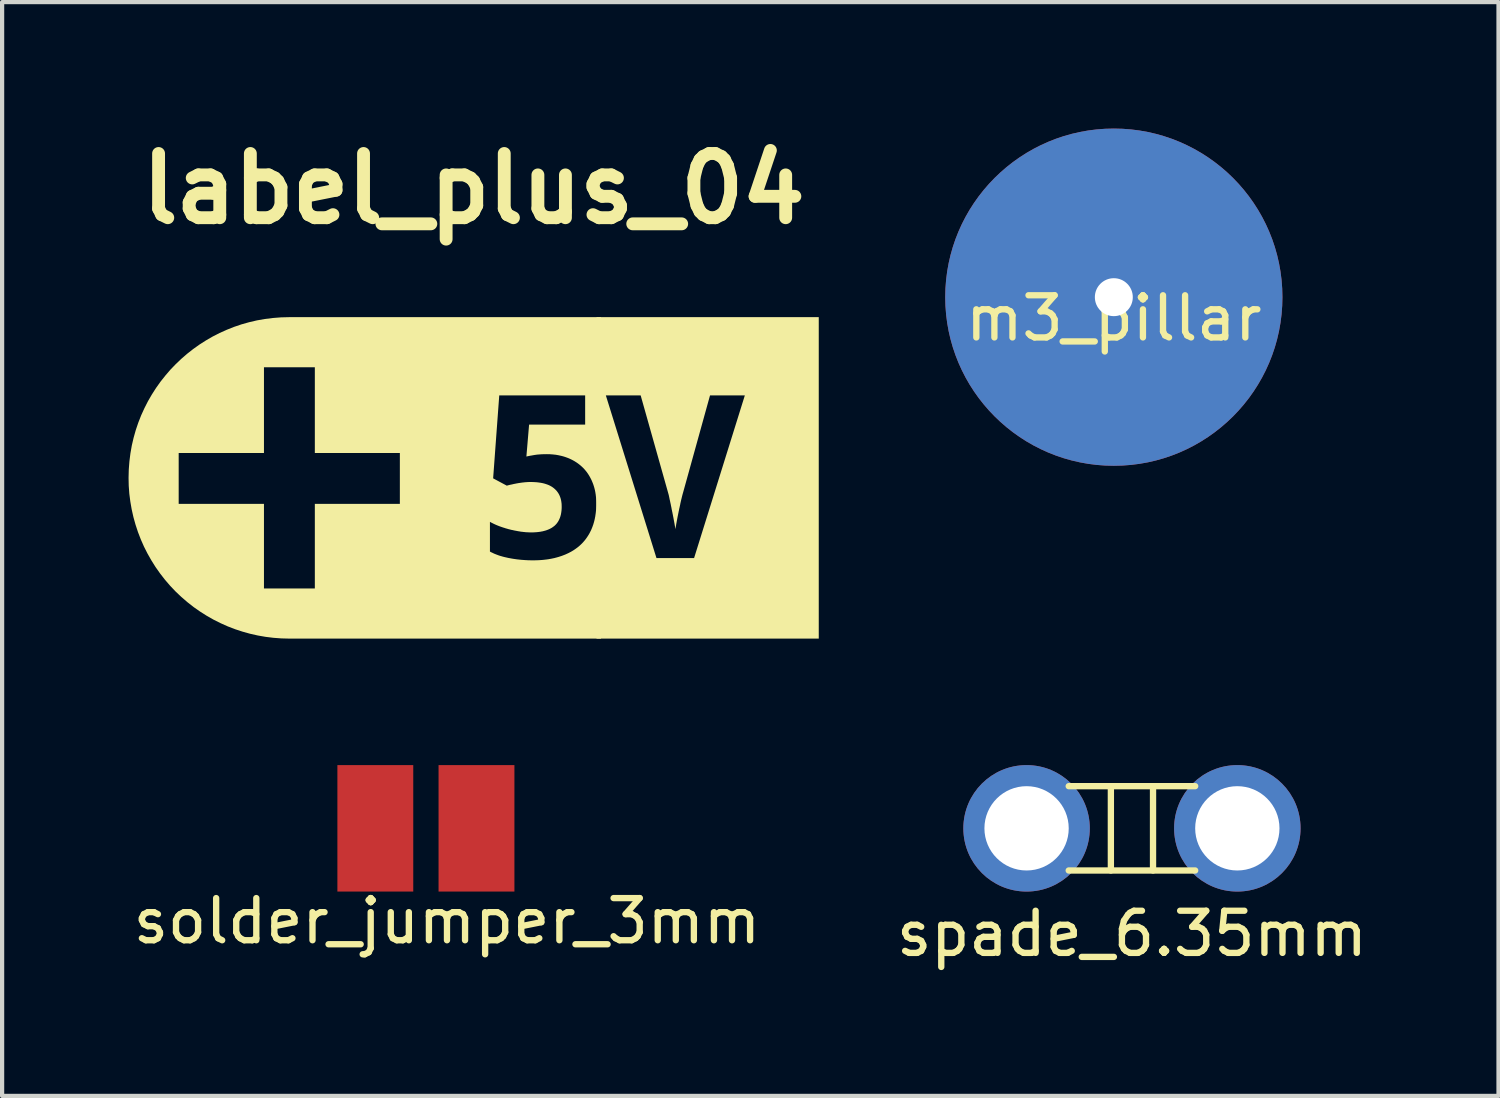
<source format=kicad_pcb>
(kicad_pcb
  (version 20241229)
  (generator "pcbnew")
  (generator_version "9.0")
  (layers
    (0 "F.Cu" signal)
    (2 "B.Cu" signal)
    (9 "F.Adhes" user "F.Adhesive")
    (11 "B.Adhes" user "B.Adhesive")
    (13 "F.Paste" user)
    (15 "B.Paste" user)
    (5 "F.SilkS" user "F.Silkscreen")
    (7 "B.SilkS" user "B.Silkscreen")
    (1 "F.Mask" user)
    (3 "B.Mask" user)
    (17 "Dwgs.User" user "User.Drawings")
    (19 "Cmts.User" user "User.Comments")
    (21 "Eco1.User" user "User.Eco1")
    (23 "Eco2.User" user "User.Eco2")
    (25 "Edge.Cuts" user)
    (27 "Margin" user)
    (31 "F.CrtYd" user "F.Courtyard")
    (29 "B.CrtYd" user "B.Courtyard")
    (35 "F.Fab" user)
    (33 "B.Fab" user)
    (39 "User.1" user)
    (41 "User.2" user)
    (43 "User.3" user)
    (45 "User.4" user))
  (footprint "m3_pillar"
    (layer "F.Cu")
    (at 23.374 4)
    (property "Reference" "m3_pillar" (at 0 0.5 0) (layer "F.SilkS") (effects (font (size 1 1) (thickness 0.15))))
    (attr through_hole)
    (pad "1" thru_hole circle (at 0 0) (size 8 8) (drill 0.9) (layers "*.Cu" "*.Mask")))
  (footprint "solder_jumper_3mm"
    (layer "F.Cu")
    (at 7.054 16.601)
    (property "Reference" "solder_jumper_3mm" (at 0.5 2.2 0) (layer "F.SilkS") (effects (font (size 1 1) (thickness 0.15))))
    (attr through_hole)
    (pad "1" smd rect (at -1.2 0) (size 1.8 3) (layers "F.Cu" "F.Mask" "F.Paste"))
    (pad "2" smd rect (at 1.2 0) (size 1.8 3) (layers "F.Cu" "F.Mask" "F.Paste")))
  (footprint "spade_6.35mm"
    (layer "F.Cu")
    (at 23.804 16.601)
    (property "Reference" "spade_6.35mm" (at 0 2.5 0) (layer "F.SilkS") (effects (font (size 1 1) (thickness 0.15))))
    (attr through_hole)
    (fp_line (start -1.5 -1) (end 1.5 -1) (stroke (width 0.15) (type solid)) (layer "F.SilkS"))
    (fp_line (start -0.5 -1) (end -0.5 1) (stroke (width 0.15) (type solid)) (layer "F.SilkS"))
    (fp_line (start 0.5 -1) (end 0.5 1) (stroke (width 0.15) (type solid)) (layer "F.SilkS"))
    (fp_line (start 1.5 1) (end -1.5 1) (stroke (width 0.15) (type solid)) (layer "F.SilkS"))
    (pad "1" thru_hole circle (at -2.5 0) (size 3 3) (drill 2) (layers "*.Cu" "*.Mask"))
    (pad "1" thru_hole circle (at 2.5 0) (size 3 3) (drill 2) (layers "*.Cu" "*.Mask")))
  (footprint "label_plus_04"
    (layer "F.Cu")
    (at 8.187 8.287)
    (property "Reference" "label_plus_04" (at 0 -6.861 0) (layer "F.SilkS") (effects (font (size 1.524 1.524) (thickness 0.305))))
    (attr smd)
    (fp_poly (pts (xy -4.374 -3.813) (xy -4.975 -2.624) (xy -3.768 -2.624) (xy -3.768 -0.59) (xy -1.751 -0.59) (xy -1.751 0.617) (xy -3.768 0.617) (xy -3.768 2.624) (xy -4.975 2.624) (xy -4.975 0.617) (xy -6.998 0.617) (xy -6.998 -0.59) (xy -4.975 -0.59) (xy -4.975 -2.624) (xy -4.374 -3.813) (xy -4.571 -3.808) (xy -4.764 -3.793) (xy -4.955 -3.769) (xy -5.143 -3.736) (xy -5.327 -3.693) (xy -5.508 -3.642) (xy -5.685 -3.582) (xy -5.858 -3.513) (xy -6.027 -3.437) (xy -6.192 -3.353) (xy -6.351 -3.261) (xy -6.506 -3.162) (xy -6.656 -3.055) (xy -6.8 -2.942) (xy -6.938 -2.822) (xy -7.07 -2.696) (xy -7.197 -2.564) (xy -7.316 -2.425) (xy -7.43 -2.281) (xy -7.536 -2.132) (xy -7.635 -1.977) (xy -7.727 -1.818) (xy -7.811 -1.653) (xy -7.888 -1.484) (xy -7.956 -1.311) (xy -8.016 -1.134) (xy -8.067 -0.953) (xy -8.11 -0.769) (xy -8.143 -0.581) (xy -8.167 -0.39) (xy -8.182 -0.196) (xy -8.187 -0.000275) (xy -8.183 0.189) (xy -8.169 0.377) (xy -8.145 0.563) (xy -8.113 0.747) (xy -8.072 0.929) (xy -8.022 1.109) (xy -7.964 1.285) (xy -7.897 1.459) (xy -7.822 1.629) (xy -7.738 1.795) (xy -7.646 1.957) (xy -7.547 2.115) (xy -7.439 2.268) (xy -7.324 2.416) (xy -7.201 2.559) (xy -7.071 2.696) (xy -6.934 2.826) (xy -6.791 2.949) (xy -6.643 3.065) (xy -6.49 3.172) (xy -6.332 3.272) (xy -6.17 3.364) (xy -6.004 3.447) (xy -5.834 3.523) (xy -5.66 3.59) (xy -5.483 3.648) (xy -5.304 3.698) (xy -5.122 3.739) (xy -4.938 3.771) (xy -4.751 3.794) (xy -4.564 3.808) (xy -4.374 3.813) (xy -0.68 3.813) (xy -0.68 -3.813) (xy -4.374 -3.813)) (stroke (width 0) (type solid)) (fill yes) (layer "F.SilkS"))
    (fp_poly (pts (xy 2.915 -3.813) (xy 3.136 -1.956) (xy 3.962 -1.956) (xy 4.617 0.367) (xy 4.619 0.375) (xy 4.622 0.385) (xy 4.625 0.396) (xy 4.628 0.408) (xy 4.631 0.42) (xy 4.634 0.434) (xy 4.637 0.449) (xy 4.64 0.464) (xy 4.644 0.481) (xy 4.647 0.499) (xy 4.651 0.517) (xy 4.654 0.53) (xy 4.657 0.542) (xy 4.66 0.555) (xy 4.662 0.568) (xy 4.665 0.581) (xy 4.668 0.594) (xy 4.671 0.608) (xy 4.674 0.621) (xy 4.677 0.635) (xy 4.679 0.649) (xy 4.682 0.663) (xy 4.685 0.677) (xy 4.688 0.691) (xy 4.691 0.705) (xy 4.694 0.72) (xy 4.696 0.735) (xy 4.699 0.749) (xy 4.702 0.763) (xy 4.705 0.776) (xy 4.707 0.789) (xy 4.71 0.803) (xy 4.713 0.816) (xy 4.716 0.829) (xy 4.718 0.843) (xy 4.721 0.856) (xy 4.724 0.869) (xy 4.726 0.883) (xy 4.729 0.896) (xy 4.731 0.91) (xy 4.734 0.923) (xy 4.737 0.936) (xy 4.739 0.95) (xy 4.742 0.963) (xy 4.744 0.976) (xy 4.747 0.99) (xy 4.749 1.003) (xy 4.752 1.019) (xy 4.755 1.034) (xy 4.758 1.049) (xy 4.76 1.064) (xy 4.763 1.078) (xy 4.766 1.092) (xy 4.768 1.106) (xy 4.77 1.12) (xy 4.773 1.133) (xy 4.775 1.146) (xy 4.777 1.158) (xy 4.779 1.171) (xy 4.781 1.183) (xy 4.783 1.194) (xy 4.785 1.206) (xy 4.786 1.217) (xy 4.788 1.206) (xy 4.79 1.194) (xy 4.792 1.183) (xy 4.793 1.171) (xy 4.795 1.158) (xy 4.798 1.146) (xy 4.8 1.133) (xy 4.802 1.12) (xy 4.804 1.106) (xy 4.807 1.092) (xy 4.809 1.078) (xy 4.812 1.064) (xy 4.815 1.049) (xy 4.817 1.034) (xy 4.82 1.019) (xy 4.823 1.003) (xy 4.826 0.99) (xy 4.828 0.976) (xy 4.831 0.963) (xy 4.833 0.95) (xy 4.836 0.936) (xy 4.838 0.923) (xy 4.841 0.91) (xy 4.844 0.897) (xy 4.846 0.883) (xy 4.849 0.87) (xy 4.852 0.857) (xy 4.854 0.844) (xy 4.857 0.831) (xy 4.86 0.818) (xy 4.862 0.804) (xy 4.865 0.791) (xy 4.868 0.778) (xy 4.871 0.765) (xy 4.873 0.752) (xy 4.876 0.737) (xy 4.879 0.723) (xy 4.883 0.708) (xy 4.886 0.694) (xy 4.889 0.679) (xy 4.892 0.665) (xy 4.895 0.651) (xy 4.898 0.638) (xy 4.901 0.624) (xy 4.903 0.611) (xy 4.906 0.597) (xy 4.909 0.584) (xy 4.912 0.571) (xy 4.915 0.558) (xy 4.918 0.545) (xy 4.921 0.533) (xy 4.923 0.52) (xy 4.928 0.503) (xy 4.932 0.486) (xy 4.936 0.471) (xy 4.939 0.456) (xy 4.943 0.442) (xy 4.946 0.429) (xy 4.949 0.417) (xy 4.952 0.405) (xy 4.955 0.394) (xy 4.958 0.384) (xy 4.96 0.375) (xy 4.963 0.367) (xy 5.607 -1.956) (xy 6.433 -1.956) (xy 5.229 1.903) (xy 4.337 1.903) (xy 3.136 -1.956) (xy 2.915 -3.813) (xy 2.915 3.813) (xy 8.187 3.813) (xy 8.187 -3.813) (xy 2.915 -3.813)) (stroke (width 0) (type solid)) (fill yes) (layer "F.SilkS"))
    (fp_poly (pts (xy -0.68 -3.813) (xy 0.607 -1.956) (xy 2.645 -1.956) (xy 2.645 -1.264) (xy 1.315 -1.264) (xy 1.251 -0.507) (xy 1.263 -0.509) (xy 1.274 -0.512) (xy 1.286 -0.514) (xy 1.298 -0.517) (xy 1.311 -0.519) (xy 1.323 -0.522) (xy 1.336 -0.524) (xy 1.349 -0.527) (xy 1.362 -0.529) (xy 1.376 -0.531) (xy 1.39 -0.534) (xy 1.404 -0.536) (xy 1.418 -0.539) (xy 1.432 -0.541) (xy 1.447 -0.544) (xy 1.458 -0.545) (xy 1.469 -0.547) (xy 1.481 -0.549) (xy 1.492 -0.55) (xy 1.505 -0.552) (xy 1.517 -0.553) (xy 1.53 -0.554) (xy 1.543 -0.555) (xy 1.556 -0.556) (xy 1.569 -0.557) (xy 1.583 -0.558) (xy 1.597 -0.559) (xy 1.612 -0.56) (xy 1.627 -0.56) (xy 1.642 -0.561) (xy 1.657 -0.561) (xy 1.672 -0.562) (xy 1.688 -0.562) (xy 1.704 -0.562) (xy 1.721 -0.562) (xy 1.737 -0.563) (xy 1.752 -0.562) (xy 1.767 -0.562) (xy 1.781 -0.562) (xy 1.795 -0.561) (xy 1.81 -0.561) (xy 1.824 -0.56) (xy 1.838 -0.559) (xy 1.852 -0.558) (xy 1.866 -0.557) (xy 1.88 -0.556) (xy 1.894 -0.554) (xy 1.908 -0.553) (xy 1.922 -0.551) (xy 1.936 -0.55) (xy 1.95 -0.548) (xy 1.963 -0.546) (xy 1.977 -0.543) (xy 1.991 -0.541) (xy 2.004 -0.539) (xy 2.017 -0.536) (xy 2.031 -0.533) (xy 2.044 -0.53) (xy 2.057 -0.527) (xy 2.071 -0.524) (xy 2.084 -0.521) (xy 2.097 -0.518) (xy 2.11 -0.514) (xy 2.123 -0.511) (xy 2.136 -0.507) (xy 2.149 -0.503) (xy 2.161 -0.499) (xy 2.174 -0.495) (xy 2.187 -0.49) (xy 2.199 -0.486) (xy 2.213 -0.481) (xy 2.226 -0.476) (xy 2.239 -0.471) (xy 2.252 -0.466) (xy 2.265 -0.46) (xy 2.278 -0.455) (xy 2.29 -0.449) (xy 2.303 -0.443) (xy 2.315 -0.437) (xy 2.328 -0.431) (xy 2.34 -0.425) (xy 2.352 -0.418) (xy 2.364 -0.412) (xy 2.376 -0.405) (xy 2.388 -0.398) (xy 2.399 -0.392) (xy 2.411 -0.384) (xy 2.422 -0.377) (xy 2.434 -0.37) (xy 2.445 -0.362) (xy 2.456 -0.355) (xy 2.467 -0.347) (xy 2.478 -0.339) (xy 2.489 -0.331) (xy 2.499 -0.323) (xy 2.51 -0.314) (xy 2.521 -0.306) (xy 2.531 -0.297) (xy 2.541 -0.289) (xy 2.551 -0.28) (xy 2.561 -0.271) (xy 2.571 -0.262) (xy 2.581 -0.253) (xy 2.59 -0.243) (xy 2.6 -0.234) (xy 2.609 -0.225) (xy 2.618 -0.215) (xy 2.627 -0.205) (xy 2.636 -0.195) (xy 2.644 -0.185) (xy 2.653 -0.175) (xy 2.661 -0.165) (xy 2.669 -0.155) (xy 2.678 -0.144) (xy 2.686 -0.134) (xy 2.693 -0.123) (xy 2.701 -0.112) (xy 2.709 -0.101) (xy 2.716 -0.089) (xy 2.724 -0.078) (xy 2.731 -0.067) (xy 2.738 -0.055) (xy 2.745 -0.043) (xy 2.752 -0.031) (xy 2.759 -0.019) (xy 2.765 -0.007) (xy 2.772 0.005) (xy 2.778 0.018) (xy 2.785 0.03) (xy 2.791 0.043) (xy 2.797 0.056) (xy 2.803 0.069) (xy 2.808 0.082) (xy 2.814 0.095) (xy 2.819 0.108) (xy 2.824 0.12) (xy 2.829 0.132) (xy 2.833 0.144) (xy 2.838 0.156) (xy 2.842 0.169) (xy 2.846 0.181) (xy 2.85 0.194) (xy 2.854 0.206) (xy 2.858 0.219) (xy 2.861 0.231) (xy 2.865 0.244) (xy 2.868 0.257) (xy 2.871 0.27) (xy 2.875 0.283) (xy 2.878 0.297) (xy 2.88 0.31) (xy 2.883 0.323) (xy 2.886 0.337) (xy 2.888 0.351) (xy 2.89 0.364) (xy 2.892 0.378) (xy 2.895 0.392) (xy 2.896 0.406) (xy 2.898 0.42) (xy 2.9 0.434) (xy 2.901 0.449) (xy 2.903 0.463) (xy 2.904 0.477) (xy 2.905 0.492) (xy 2.906 0.507) (xy 2.907 0.521) (xy 2.908 0.536) (xy 2.908 0.551) (xy 2.909 0.566) (xy 2.909 0.582) (xy 2.909 0.597) (xy 2.909 0.612) (xy 2.909 0.627) (xy 2.909 0.642) (xy 2.909 0.657) (xy 2.908 0.671) (xy 2.908 0.686) (xy 2.907 0.701) (xy 2.907 0.715) (xy 2.906 0.73) (xy 2.905 0.744) (xy 2.904 0.758) (xy 2.903 0.772) (xy 2.901 0.786) (xy 2.9 0.801) (xy 2.898 0.815) (xy 2.897 0.828) (xy 2.895 0.842) (xy 2.893 0.856) (xy 2.891 0.87) (xy 2.889 0.883) (xy 2.887 0.897) (xy 2.885 0.91) (xy 2.883 0.924) (xy 2.88 0.937) (xy 2.877 0.95) (xy 2.875 0.964) (xy 2.872 0.977) (xy 2.869 0.99) (xy 2.866 1.003) (xy 2.863 1.016) (xy 2.86 1.029) (xy 2.856 1.041) (xy 2.853 1.054) (xy 2.849 1.067) (xy 2.845 1.079) (xy 2.842 1.092) (xy 2.838 1.104) (xy 2.834 1.117) (xy 2.829 1.129) (xy 2.825 1.141) (xy 2.821 1.153) (xy 2.816 1.165) (xy 2.812 1.177) (xy 2.806 1.19) (xy 2.801 1.204) (xy 2.795 1.217) (xy 2.79 1.23) (xy 2.784 1.243) (xy 2.778 1.256) (xy 2.771 1.268) (xy 2.765 1.281) (xy 2.759 1.293) (xy 2.752 1.306) (xy 2.746 1.318) (xy 2.739 1.33) (xy 2.732 1.342) (xy 2.725 1.354) (xy 2.717 1.366) (xy 2.71 1.378) (xy 2.702 1.389) (xy 2.695 1.401) (xy 2.687 1.412) (xy 2.679 1.424) (xy 2.671 1.435) (xy 2.663 1.446) (xy 2.655 1.457) (xy 2.646 1.468) (xy 2.638 1.479) (xy 2.629 1.489) (xy 2.62 1.5) (xy 2.611 1.51) (xy 2.602 1.521) (xy 2.593 1.531) (xy 2.583 1.541) (xy 2.574 1.551) (xy 2.564 1.561) (xy 2.554 1.571) (xy 2.544 1.58) (xy 2.534 1.59) (xy 2.524 1.599) (xy 2.514 1.608) (xy 2.504 1.617) (xy 2.494 1.625) (xy 2.484 1.634) (xy 2.474 1.642) (xy 2.463 1.65) (xy 2.453 1.658) (xy 2.442 1.666) (xy 2.431 1.674) (xy 2.42 1.682) (xy 2.409 1.69) (xy 2.398 1.697) (xy 2.387 1.705) (xy 2.376 1.712) (xy 2.364 1.72) (xy 2.352 1.727) (xy 2.341 1.734) (xy 2.329 1.741) (xy 2.317 1.748) (xy 2.305 1.755) (xy 2.292 1.761) (xy 2.28 1.768) (xy 2.267 1.774) (xy 2.255 1.781) (xy 2.242 1.787) (xy 2.229 1.793) (xy 2.216 1.799) (xy 2.203 1.805) (xy 2.19 1.811) (xy 2.177 1.817) (xy 2.163 1.822) (xy 2.15 1.828) (xy 2.136 1.833) (xy 2.122 1.838) (xy 2.108 1.844) (xy 2.094 1.849) (xy 2.08 1.854) (xy 2.065 1.859) (xy 2.051 1.863) (xy 2.039 1.867) (xy 2.027 1.871) (xy 2.015 1.875) (xy 2.003 1.878) (xy 1.991 1.882) (xy 1.978 1.885) (xy 1.966 1.889) (xy 1.953 1.892) (xy 1.941 1.895) (xy 1.928 1.899) (xy 1.916 1.902) (xy 1.903 1.905) (xy 1.89 1.907) (xy 1.877 1.91) (xy 1.864 1.913) (xy 1.851 1.916) (xy 1.838 1.918) (xy 1.824 1.921) (xy 1.811 1.923) (xy 1.798 1.925) (xy 1.784 1.928) (xy 1.771 1.93) (xy 1.757 1.932) (xy 1.743 1.934) (xy 1.73 1.936) (xy 1.716 1.937) (xy 1.702 1.939) (xy 1.688 1.941) (xy 1.674 1.942) (xy 1.66 1.944) (xy 1.645 1.945) (xy 1.631 1.947) (xy 1.617 1.948) (xy 1.602 1.949) (xy 1.588 1.95) (xy 1.573 1.951) (xy 1.558 1.952) (xy 1.544 1.953) (xy 1.529 1.953) (xy 1.514 1.954) (xy 1.499 1.954) (xy 1.484 1.955) (xy 1.469 1.955) (xy 1.453 1.956) (xy 1.438 1.956) (xy 1.423 1.956) (xy 1.407 1.956) (xy 1.393 1.956) (xy 1.38 1.956) (xy 1.366 1.956) (xy 1.352 1.956) (xy 1.338 1.955) (xy 1.325 1.955) (xy 1.311 1.955) (xy 1.297 1.954) (xy 1.283 1.954) (xy 1.27 1.953) (xy 1.256 1.952) (xy 1.242 1.952) (xy 1.229 1.951) (xy 1.215 1.95) (xy 1.201 1.949) (xy 1.188 1.948) (xy 1.174 1.947) (xy 1.16 1.946) (xy 1.147 1.945) (xy 1.133 1.944) (xy 1.12 1.943) (xy 1.105 1.941) (xy 1.091 1.94) (xy 1.077 1.938) (xy 1.063 1.937) (xy 1.049 1.935) (xy 1.035 1.934) (xy 1.021 1.932) (xy 1.007 1.93) (xy 0.993 1.928) (xy 0.98 1.926) (xy 0.966 1.924) (xy 0.952 1.922) (xy 0.939 1.92) (xy 0.925 1.918) (xy 0.912 1.915) (xy 0.898 1.913) (xy 0.885 1.911) (xy 0.872 1.908) (xy 0.858 1.906) (xy 0.845 1.903) (xy 0.831 1.901) (xy 0.818 1.898) (xy 0.804 1.895) (xy 0.791 1.892) (xy 0.778 1.889) (xy 0.764 1.886) (xy 0.751 1.883) (xy 0.738 1.88) (xy 0.725 1.877) (xy 0.712 1.874) (xy 0.699 1.87) (xy 0.686 1.867) (xy 0.673 1.863) (xy 0.66 1.859) (xy 0.647 1.856) (xy 0.635 1.852) (xy 0.622 1.848) (xy 0.609 1.844) (xy 0.597 1.84) (xy 0.583 1.835) (xy 0.57 1.83) (xy 0.557 1.825) (xy 0.543 1.82) (xy 0.53 1.815) (xy 0.518 1.81) (xy 0.505 1.805) (xy 0.492 1.8) (xy 0.48 1.794) (xy 0.468 1.789) (xy 0.456 1.783) (xy 0.444 1.777) (xy 0.432 1.772) (xy 0.42 1.766) (xy 0.408 1.76) (xy 0.397 1.754) (xy 0.386 1.748) (xy 0.386 1.043) (xy 0.397 1.049) (xy 0.408 1.055) (xy 0.419 1.061) (xy 0.431 1.067) (xy 0.443 1.073) (xy 0.455 1.079) (xy 0.467 1.085) (xy 0.479 1.091) (xy 0.492 1.097) (xy 0.505 1.103) (xy 0.518 1.109) (xy 0.531 1.115) (xy 0.544 1.12) (xy 0.558 1.126) (xy 0.572 1.132) (xy 0.586 1.137) (xy 0.6 1.143) (xy 0.613 1.148) (xy 0.625 1.152) (xy 0.638 1.157) (xy 0.651 1.161) (xy 0.664 1.166) (xy 0.677 1.17) (xy 0.69 1.175) (xy 0.703 1.179) (xy 0.717 1.183) (xy 0.73 1.187) (xy 0.743 1.191) (xy 0.756 1.196) (xy 0.77 1.2) (xy 0.783 1.203) (xy 0.796 1.207) (xy 0.81 1.211) (xy 0.823 1.215) (xy 0.837 1.219) (xy 0.851 1.222) (xy 0.864 1.225) (xy 0.877 1.229) (xy 0.89 1.232) (xy 0.903 1.235) (xy 0.916 1.237) (xy 0.93 1.24) (xy 0.943 1.243) (xy 0.956 1.246) (xy 0.969 1.249) (xy 0.982 1.251) (xy 0.995 1.254) (xy 1.009 1.256) (xy 1.022 1.259) (xy 1.035 1.261) (xy 1.048 1.264) (xy 1.061 1.266) (xy 1.074 1.268) (xy 1.088 1.27) (xy 1.101 1.273) (xy 1.114 1.275) (xy 1.129 1.277) (xy 1.143 1.279) (xy 1.158 1.28) (xy 1.172 1.282) (xy 1.186 1.284) (xy 1.201 1.285) (xy 1.215 1.286) (xy 1.229 1.288) (xy 1.243 1.289) (xy 1.257 1.29) (xy 1.27 1.291) (xy 1.284 1.291) (xy 1.298 1.292) (xy 1.311 1.292) (xy 1.325 1.293) (xy 1.338 1.293) (xy 1.352 1.293) (xy 1.365 1.293) (xy 1.382 1.293) (xy 1.399 1.293) (xy 1.416 1.293) (xy 1.432 1.292) (xy 1.449 1.291) (xy 1.465 1.29) (xy 1.481 1.289) (xy 1.496 1.288) (xy 1.512 1.286) (xy 1.527 1.285) (xy 1.542 1.283) (xy 1.557 1.281) (xy 1.572 1.279) (xy 1.587 1.277) (xy 1.601 1.274) (xy 1.615 1.271) (xy 1.629 1.269) (xy 1.643 1.266) (xy 1.656 1.262) (xy 1.67 1.259) (xy 1.683 1.255) (xy 1.696 1.252) (xy 1.709 1.248) (xy 1.721 1.244) (xy 1.733 1.24) (xy 1.746 1.235) (xy 1.757 1.231) (xy 1.769 1.226) (xy 1.781 1.221) (xy 1.792 1.216) (xy 1.803 1.211) (xy 1.814 1.205) (xy 1.825 1.2) (xy 1.835 1.194) (xy 1.846 1.188) (xy 1.856 1.182) (xy 1.866 1.175) (xy 1.875 1.169) (xy 1.885 1.162) (xy 1.894 1.155) (xy 1.903 1.148) (xy 1.913 1.141) (xy 1.922 1.133) (xy 1.931 1.125) (xy 1.939 1.116) (xy 1.948 1.108) (xy 1.956 1.099) (xy 1.964 1.09) (xy 1.971 1.081) (xy 1.979 1.071) (xy 1.986 1.061) (xy 1.993 1.051) (xy 2 1.041) (xy 2.006 1.031) (xy 2.012 1.02) (xy 2.018 1.009) (xy 2.024 0.998) (xy 2.029 0.987) (xy 2.034 0.975) (xy 2.039 0.964) (xy 2.044 0.952) (xy 2.049 0.939) (xy 2.053 0.927) (xy 2.057 0.914) (xy 2.061 0.901) (xy 2.064 0.888) (xy 2.068 0.875) (xy 2.071 0.861) (xy 2.073 0.848) (xy 2.076 0.834) (xy 2.078 0.819) (xy 2.08 0.805) (xy 2.082 0.79) (xy 2.084 0.775) (xy 2.085 0.76) (xy 2.086 0.745) (xy 2.087 0.729) (xy 2.088 0.713) (xy 2.088 0.697) (xy 2.088 0.681) (xy 2.088 0.665) (xy 2.087 0.65) (xy 2.087 0.634) (xy 2.086 0.619) (xy 2.085 0.604) (xy 2.083 0.59) (xy 2.081 0.575) (xy 2.079 0.561) (xy 2.077 0.547) (xy 2.074 0.533) (xy 2.071 0.52) (xy 2.068 0.506) (xy 2.064 0.493) (xy 2.061 0.48) (xy 2.056 0.467) (xy 2.052 0.455) (xy 2.047 0.442) (xy 2.043 0.43) (xy 2.037 0.418) (xy 2.032 0.407) (xy 2.026 0.395) (xy 2.02 0.384) (xy 2.014 0.373) (xy 2.007 0.362) (xy 2 0.351) (xy 1.993 0.341) (xy 1.986 0.331) (xy 1.978 0.321) (xy 1.97 0.311) (xy 1.962 0.301) (xy 1.953 0.292) (xy 1.944 0.283) (xy 1.935 0.274) (xy 1.926 0.265) (xy 1.916 0.257) (xy 1.906 0.248) (xy 1.898 0.241) (xy 1.889 0.235) (xy 1.88 0.228) (xy 1.871 0.222) (xy 1.862 0.215) (xy 1.852 0.209) (xy 1.842 0.203) (xy 1.832 0.198) (xy 1.822 0.192) (xy 1.812 0.186) (xy 1.801 0.181) (xy 1.791 0.176) (xy 1.78 0.171) (xy 1.768 0.166) (xy 1.757 0.162) (xy 1.745 0.157) (xy 1.733 0.153) (xy 1.721 0.149) (xy 1.709 0.145) (xy 1.696 0.141) (xy 1.684 0.137) (xy 1.671 0.134) (xy 1.658 0.13) (xy 1.644 0.127) (xy 1.631 0.124) (xy 1.617 0.121) (xy 1.603 0.119) (xy 1.589 0.116) (xy 1.574 0.114) (xy 1.559 0.112) (xy 1.545 0.11) (xy 1.53 0.108) (xy 1.514 0.106) (xy 1.499 0.104) (xy 1.483 0.103) (xy 1.467 0.102) (xy 1.451 0.101) (xy 1.434 0.1) (xy 1.418 0.099) (xy 1.401 0.099) (xy 1.384 0.098) (xy 1.367 0.098) (xy 1.349 0.098) (xy 1.337 0.098) (xy 1.324 0.098) (xy 1.311 0.098) (xy 1.298 0.099) (xy 1.285 0.099) (xy 1.271 0.1) (xy 1.257 0.101) (xy 1.244 0.102) (xy 1.23 0.103) (xy 1.215 0.104) (xy 1.201 0.106) (xy 1.187 0.107) (xy 1.173 0.109) (xy 1.159 0.11) (xy 1.146 0.112) (xy 1.132 0.114) (xy 1.118 0.116) (xy 1.104 0.118) (xy 1.09 0.12) (xy 1.076 0.122) (xy 1.062 0.124) (xy 1.048 0.127) (xy 1.035 0.129) (xy 1.022 0.131) (xy 1.008 0.134) (xy 0.995 0.137) (xy 0.982 0.139) (xy 0.969 0.142) (xy 0.956 0.144) (xy 0.944 0.147) (xy 0.931 0.15) (xy 0.918 0.153) (xy 0.906 0.156) (xy 0.891 0.159) (xy 0.876 0.162) (xy 0.862 0.165) (xy 0.848 0.168) (xy 0.835 0.171) (xy 0.823 0.175) (xy 0.81 0.178) (xy 0.798 0.181) (xy 0.787 0.185) (xy 0.462 0.011) (xy 0.607 -1.956) (xy -0.68 -3.813) (xy -0.68 3.813) (xy 3.021 3.813) (xy 3.021 -3.813) (xy -0.68 -3.813)) (stroke (width 0) (type solid)) (fill yes) (layer "F.SilkS")))
  (gr_rect
    (start -3 -3)
    (end 32.5 22.949)
    (stroke (width 0.1) (type default))
    (fill no)
    (layer "Edge.Cuts")))
</source>
